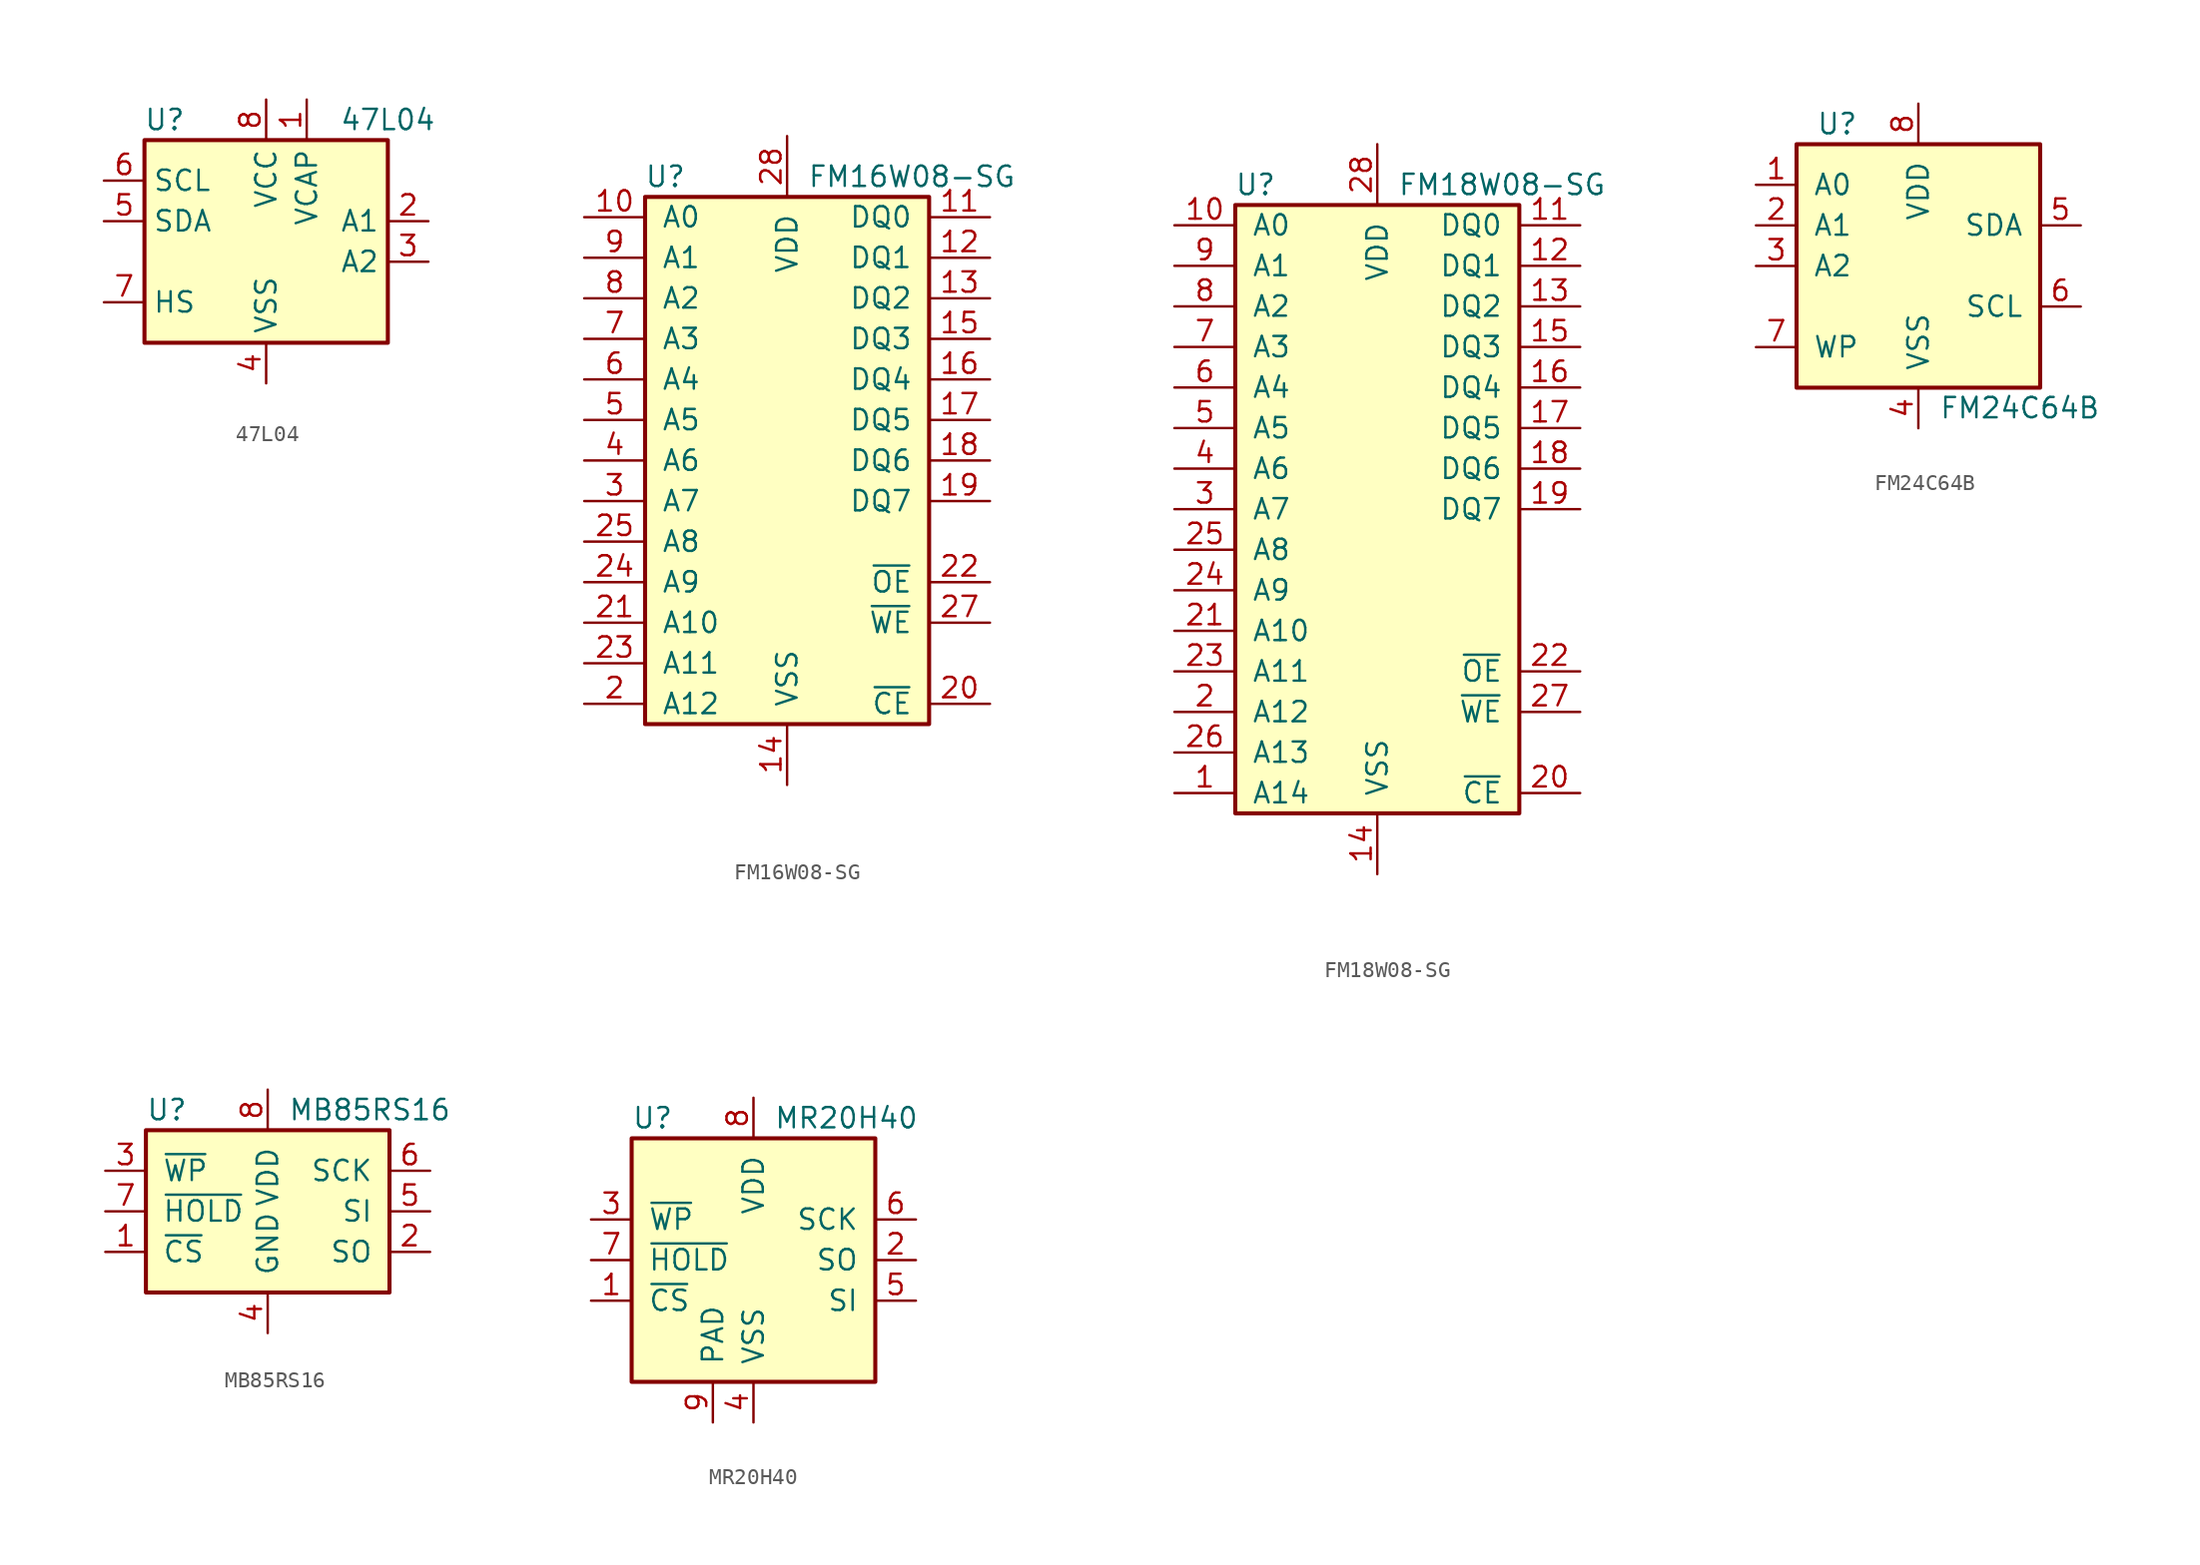
<source format=kicad_sym>
(kicad_symbol_lib
  (version 20201005)
  (generator kicad_symbol_editor)
  (symbol "Memory_NVRAM:47L04"
    (property "Reference" "U"
      (at -6.35 6.35 0)
      (effects (font (size 1.27 1.27))))
    (property "Value" "47L04"
      (at 7.62 6.35 0)
      (effects (font (size 1.27 1.27))))
    (symbol "47L04_1_1"
      (rectangle (start -7.62 5.08) (end 7.62 -7.62) (stroke (width 0.254)) (fill (type background)))
      (pin power_in line (at 2.54 7.62 270) (length 2.54) (name "VCAP" (effects (font (size 1.27 1.27)))) (number "1" (effects (font (size 1.27 1.27)))))
      (pin input line (at 10.16 0 180) (length 2.54) (name "A1" (effects (font (size 1.27 1.27)))) (number "2" (effects (font (size 1.27 1.27)))))
      (pin input line (at 10.16 -2.54 180) (length 2.54) (name "A2" (effects (font (size 1.27 1.27)))) (number "3" (effects (font (size 1.27 1.27)))))
      (pin power_in line (at 0 -10.16 90) (length 2.54) (name "VSS" (effects (font (size 1.27 1.27)))) (number "4" (effects (font (size 1.27 1.27)))))
      (pin bidirectional line (at -10.16 0 0) (length 2.54) (name "SDA" (effects (font (size 1.27 1.27)))) (number "5" (effects (font (size 1.27 1.27)))))
      (pin input line (at -10.16 2.54 0) (length 2.54) (name "SCL" (effects (font (size 1.27 1.27)))) (number "6" (effects (font (size 1.27 1.27)))))
      (pin input line (at -10.16 -5.08 0) (length 2.54) (name "HS" (effects (font (size 1.27 1.27)))) (number "7" (effects (font (size 1.27 1.27)))))
      (pin power_in line (at 0 7.62 270) (length 2.54) (name "VCC" (effects (font (size 1.27 1.27)))) (number "8" (effects (font (size 1.27 1.27)))))))
  (symbol "Memory_NVRAM:FM16W08-SG"
    (pin_names
      (offset 1.016))
    (property "Reference" "U"
      (at -7.62 17.78 0)
      (effects (font (size 1.27 1.27))))
    (property "Value" "FM16W08-SG"
      (at 1.27 17.78 0)
      (effects (font (size 1.27 1.27)) (justify left)))
    (symbol "FM16W08-SG_0_1"
      (rectangle (start -8.89 16.51) (end 8.89 -16.51) (stroke (width 0.254)) (fill (type background))))
    (symbol "FM16W08-SG_1_1"
      (pin input line (at -12.7 15.24 0) (length 3.81) (name "A0" (effects (font (size 1.27 1.27)))) (number "10" (effects (font (size 1.27 1.27)))))
      (pin bidirectional line (at 12.7 15.24 180) (length 3.81) (name "DQ0" (effects (font (size 1.27 1.27)))) (number "11" (effects (font (size 1.27 1.27)))))
      (pin bidirectional line (at 12.7 12.7 180) (length 3.81) (name "DQ1" (effects (font (size 1.27 1.27)))) (number "12" (effects (font (size 1.27 1.27)))))
      (pin bidirectional line (at 12.7 10.16 180) (length 3.81) (name "DQ2" (effects (font (size 1.27 1.27)))) (number "13" (effects (font (size 1.27 1.27)))))
      (pin power_in line (at 0 -20.32 90) (length 3.81) (name "VSS" (effects (font (size 1.27 1.27)))) (number "14" (effects (font (size 1.27 1.27)))))
      (pin bidirectional line (at 12.7 7.62 180) (length 3.81) (name "DQ3" (effects (font (size 1.27 1.27)))) (number "15" (effects (font (size 1.27 1.27)))))
      (pin bidirectional line (at 12.7 5.08 180) (length 3.81) (name "DQ4" (effects (font (size 1.27 1.27)))) (number "16" (effects (font (size 1.27 1.27)))))
      (pin bidirectional line (at 12.7 2.54 180) (length 3.81) (name "DQ5" (effects (font (size 1.27 1.27)))) (number "17" (effects (font (size 1.27 1.27)))))
      (pin bidirectional line (at 12.7 0 180) (length 3.81) (name "DQ6" (effects (font (size 1.27 1.27)))) (number "18" (effects (font (size 1.27 1.27)))))
      (pin bidirectional line (at 12.7 -2.54 180) (length 3.81) (name "DQ7" (effects (font (size 1.27 1.27)))) (number "19" (effects (font (size 1.27 1.27)))))
      (pin input line (at -12.7 -15.24 0) (length 3.81) (name "A12" (effects (font (size 1.27 1.27)))) (number "2" (effects (font (size 1.27 1.27)))))
      (pin input line (at 12.7 -15.24 180) (length 3.81) (name "~CE~" (effects (font (size 1.27 1.27)))) (number "20" (effects (font (size 1.27 1.27)))))
      (pin input line (at -12.7 -10.16 0) (length 3.81) (name "A10" (effects (font (size 1.27 1.27)))) (number "21" (effects (font (size 1.27 1.27)))))
      (pin input line (at 12.7 -7.62 180) (length 3.81) (name "~OE~" (effects (font (size 1.27 1.27)))) (number "22" (effects (font (size 1.27 1.27)))))
      (pin input line (at -12.7 -12.7 0) (length 3.81) (name "A11" (effects (font (size 1.27 1.27)))) (number "23" (effects (font (size 1.27 1.27)))))
      (pin input line (at -12.7 -7.62 0) (length 3.81) (name "A9" (effects (font (size 1.27 1.27)))) (number "24" (effects (font (size 1.27 1.27)))))
      (pin input line (at -12.7 -5.08 0) (length 3.81) (name "A8" (effects (font (size 1.27 1.27)))) (number "25" (effects (font (size 1.27 1.27)))))
      (pin input line (at 12.7 -10.16 180) (length 3.81) (name "~WE~" (effects (font (size 1.27 1.27)))) (number "27" (effects (font (size 1.27 1.27)))))
      (pin power_in line (at 0 20.32 270) (length 3.81) (name "VDD" (effects (font (size 1.27 1.27)))) (number "28" (effects (font (size 1.27 1.27)))))
      (pin input line (at -12.7 -2.54 0) (length 3.81) (name "A7" (effects (font (size 1.27 1.27)))) (number "3" (effects (font (size 1.27 1.27)))))
      (pin input line (at -12.7 0 0) (length 3.81) (name "A6" (effects (font (size 1.27 1.27)))) (number "4" (effects (font (size 1.27 1.27)))))
      (pin input line (at -12.7 2.54 0) (length 3.81) (name "A5" (effects (font (size 1.27 1.27)))) (number "5" (effects (font (size 1.27 1.27)))))
      (pin input line (at -12.7 5.08 0) (length 3.81) (name "A4" (effects (font (size 1.27 1.27)))) (number "6" (effects (font (size 1.27 1.27)))))
      (pin input line (at -12.7 7.62 0) (length 3.81) (name "A3" (effects (font (size 1.27 1.27)))) (number "7" (effects (font (size 1.27 1.27)))))
      (pin input line (at -12.7 10.16 0) (length 3.81) (name "A2" (effects (font (size 1.27 1.27)))) (number "8" (effects (font (size 1.27 1.27)))))
      (pin input line (at -12.7 12.7 0) (length 3.81) (name "A1" (effects (font (size 1.27 1.27)))) (number "9" (effects (font (size 1.27 1.27)))))))
  (symbol "Memory_NVRAM:FM18W08-SG"
    (pin_names
      (offset 1.016))
    (property "Reference" "U"
      (at -7.62 20.32 0)
      (effects (font (size 1.27 1.27))))
    (property "Value" "FM18W08-SG"
      (at 1.27 20.32 0)
      (effects (font (size 1.27 1.27)) (justify left)))
    (symbol "FM18W08-SG_0_1"
      (rectangle (start -8.89 19.05) (end 8.89 -19.05) (stroke (width 0.254)) (fill (type background))))
    (symbol "FM18W08-SG_1_1"
      (pin input line (at -12.7 -17.78 0) (length 3.81) (name "A14" (effects (font (size 1.27 1.27)))) (number "1" (effects (font (size 1.27 1.27)))))
      (pin input line (at -12.7 17.78 0) (length 3.81) (name "A0" (effects (font (size 1.27 1.27)))) (number "10" (effects (font (size 1.27 1.27)))))
      (pin bidirectional line (at 12.7 17.78 180) (length 3.81) (name "DQ0" (effects (font (size 1.27 1.27)))) (number "11" (effects (font (size 1.27 1.27)))))
      (pin bidirectional line (at 12.7 15.24 180) (length 3.81) (name "DQ1" (effects (font (size 1.27 1.27)))) (number "12" (effects (font (size 1.27 1.27)))))
      (pin bidirectional line (at 12.7 12.7 180) (length 3.81) (name "DQ2" (effects (font (size 1.27 1.27)))) (number "13" (effects (font (size 1.27 1.27)))))
      (pin power_in line (at 0 -22.86 90) (length 3.81) (name "VSS" (effects (font (size 1.27 1.27)))) (number "14" (effects (font (size 1.27 1.27)))))
      (pin bidirectional line (at 12.7 10.16 180) (length 3.81) (name "DQ3" (effects (font (size 1.27 1.27)))) (number "15" (effects (font (size 1.27 1.27)))))
      (pin bidirectional line (at 12.7 7.62 180) (length 3.81) (name "DQ4" (effects (font (size 1.27 1.27)))) (number "16" (effects (font (size 1.27 1.27)))))
      (pin bidirectional line (at 12.7 5.08 180) (length 3.81) (name "DQ5" (effects (font (size 1.27 1.27)))) (number "17" (effects (font (size 1.27 1.27)))))
      (pin bidirectional line (at 12.7 2.54 180) (length 3.81) (name "DQ6" (effects (font (size 1.27 1.27)))) (number "18" (effects (font (size 1.27 1.27)))))
      (pin bidirectional line (at 12.7 0 180) (length 3.81) (name "DQ7" (effects (font (size 1.27 1.27)))) (number "19" (effects (font (size 1.27 1.27)))))
      (pin input line (at -12.7 -12.7 0) (length 3.81) (name "A12" (effects (font (size 1.27 1.27)))) (number "2" (effects (font (size 1.27 1.27)))))
      (pin input line (at 12.7 -17.78 180) (length 3.81) (name "~CE~" (effects (font (size 1.27 1.27)))) (number "20" (effects (font (size 1.27 1.27)))))
      (pin input line (at -12.7 -7.62 0) (length 3.81) (name "A10" (effects (font (size 1.27 1.27)))) (number "21" (effects (font (size 1.27 1.27)))))
      (pin input line (at 12.7 -10.16 180) (length 3.81) (name "~OE~" (effects (font (size 1.27 1.27)))) (number "22" (effects (font (size 1.27 1.27)))))
      (pin input line (at -12.7 -10.16 0) (length 3.81) (name "A11" (effects (font (size 1.27 1.27)))) (number "23" (effects (font (size 1.27 1.27)))))
      (pin input line (at -12.7 -5.08 0) (length 3.81) (name "A9" (effects (font (size 1.27 1.27)))) (number "24" (effects (font (size 1.27 1.27)))))
      (pin input line (at -12.7 -2.54 0) (length 3.81) (name "A8" (effects (font (size 1.27 1.27)))) (number "25" (effects (font (size 1.27 1.27)))))
      (pin input line (at -12.7 -15.24 0) (length 3.81) (name "A13" (effects (font (size 1.27 1.27)))) (number "26" (effects (font (size 1.27 1.27)))))
      (pin input line (at 12.7 -12.7 180) (length 3.81) (name "~WE~" (effects (font (size 1.27 1.27)))) (number "27" (effects (font (size 1.27 1.27)))))
      (pin power_in line (at 0 22.86 270) (length 3.81) (name "VDD" (effects (font (size 1.27 1.27)))) (number "28" (effects (font (size 1.27 1.27)))))
      (pin input line (at -12.7 0 0) (length 3.81) (name "A7" (effects (font (size 1.27 1.27)))) (number "3" (effects (font (size 1.27 1.27)))))
      (pin input line (at -12.7 2.54 0) (length 3.81) (name "A6" (effects (font (size 1.27 1.27)))) (number "4" (effects (font (size 1.27 1.27)))))
      (pin input line (at -12.7 5.08 0) (length 3.81) (name "A5" (effects (font (size 1.27 1.27)))) (number "5" (effects (font (size 1.27 1.27)))))
      (pin input line (at -12.7 7.62 0) (length 3.81) (name "A4" (effects (font (size 1.27 1.27)))) (number "6" (effects (font (size 1.27 1.27)))))
      (pin input line (at -12.7 10.16 0) (length 3.81) (name "A3" (effects (font (size 1.27 1.27)))) (number "7" (effects (font (size 1.27 1.27)))))
      (pin input line (at -12.7 12.7 0) (length 3.81) (name "A2" (effects (font (size 1.27 1.27)))) (number "8" (effects (font (size 1.27 1.27)))))
      (pin input line (at -12.7 15.24 0) (length 3.81) (name "A1" (effects (font (size 1.27 1.27)))) (number "9" (effects (font (size 1.27 1.27)))))))
  (symbol "Memory_NVRAM:FM24C64B"
    (pin_names
      (offset 1.016))
    (property "Reference" "U"
      (at -5.08 8.89 0)
      (effects (font (size 1.27 1.27))))
    (property "Value" "FM24C64B"
      (at 6.35 -8.89 0)
      (effects (font (size 1.27 1.27))))
    (symbol "FM24C64B_0_1"
      (rectangle (start -7.62 7.62) (end 7.62 -7.62) (stroke (width 0.254)) (fill (type background))))
    (symbol "FM24C64B_1_1"
      (pin input line (at -10.16 5.08 0) (length 2.54) (name "A0" (effects (font (size 1.27 1.27)))) (number "1" (effects (font (size 1.27 1.27)))))
      (pin input line (at -10.16 2.54 0) (length 2.54) (name "A1" (effects (font (size 1.27 1.27)))) (number "2" (effects (font (size 1.27 1.27)))))
      (pin input line (at -10.16 0 0) (length 2.54) (name "A2" (effects (font (size 1.27 1.27)))) (number "3" (effects (font (size 1.27 1.27)))))
      (pin power_in line (at 0 -10.16 90) (length 2.54) (name "VSS" (effects (font (size 1.27 1.27)))) (number "4" (effects (font (size 1.27 1.27)))))
      (pin bidirectional line (at 10.16 2.54 180) (length 2.54) (name "SDA" (effects (font (size 1.27 1.27)))) (number "5" (effects (font (size 1.27 1.27)))))
      (pin input line (at 10.16 -2.54 180) (length 2.54) (name "SCL" (effects (font (size 1.27 1.27)))) (number "6" (effects (font (size 1.27 1.27)))))
      (pin input line (at -10.16 -5.08 0) (length 2.54) (name "WP" (effects (font (size 1.27 1.27)))) (number "7" (effects (font (size 1.27 1.27)))))
      (pin power_in line (at 0 10.16 270) (length 2.54) (name "VDD" (effects (font (size 1.27 1.27)))) (number "8" (effects (font (size 1.27 1.27)))))))
  (symbol "Memory_NVRAM:MB85RS16"
    (pin_names
      (offset 1.016))
    (property "Reference" "U"
      (at -7.62 6.35 0)
      (effects (font (size 1.27 1.27)) (justify left)))
    (property "Value" "MB85RS16"
      (at 1.27 6.35 0)
      (effects (font (size 1.27 1.27)) (justify left)))
    (symbol "MB85RS16_0_1"
      (rectangle (start -7.62 5.08) (end 7.62 -5.08) (stroke (width 0.254)) (fill (type background))))
    (symbol "MB85RS16_1_1"
      (pin input line (at -10.16 -2.54 0) (length 2.54) (name "~CS" (effects (font (size 1.27 1.27)))) (number "1" (effects (font (size 1.27 1.27)))))
      (pin output line (at 10.16 -2.54 180) (length 2.54) (name "SO" (effects (font (size 1.27 1.27)))) (number "2" (effects (font (size 1.27 1.27)))))
      (pin input line (at -10.16 2.54 0) (length 2.54) (name "~WP" (effects (font (size 1.27 1.27)))) (number "3" (effects (font (size 1.27 1.27)))))
      (pin power_in line (at 0 -7.62 90) (length 2.54) (name "GND" (effects (font (size 1.27 1.27)))) (number "4" (effects (font (size 1.27 1.27)))))
      (pin input line (at 10.16 0 180) (length 2.54) (name "SI" (effects (font (size 1.27 1.27)))) (number "5" (effects (font (size 1.27 1.27)))))
      (pin input line (at 10.16 2.54 180) (length 2.54) (name "SCK" (effects (font (size 1.27 1.27)))) (number "6" (effects (font (size 1.27 1.27)))))
      (pin input line (at -10.16 0 0) (length 2.54) (name "~HOLD" (effects (font (size 1.27 1.27)))) (number "7" (effects (font (size 1.27 1.27)))))
      (pin power_in line (at 0 7.62 270) (length 2.54) (name "VDD" (effects (font (size 1.27 1.27)))) (number "8" (effects (font (size 1.27 1.27)))))))
  (symbol "Memory_NVRAM:MR20H40"
    (pin_names
      (offset 1.016))
    (property "Reference" "U"
      (at -7.62 8.89 0)
      (effects (font (size 1.27 1.27)) (justify left)))
    (property "Value" "MR20H40"
      (at 1.27 8.89 0)
      (effects (font (size 1.27 1.27)) (justify left)))
    (symbol "MR20H40_0_1"
      (rectangle (start -7.62 7.62) (end 7.62 -7.62) (stroke (width 0.254)) (fill (type background))))
    (symbol "MR20H40_1_1"
      (pin input line (at -10.16 -2.54 0) (length 2.54) (name "~CS" (effects (font (size 1.27 1.27)))) (number "1" (effects (font (size 1.27 1.27)))))
      (pin output line (at 10.16 0 180) (length 2.54) (name "SO" (effects (font (size 1.27 1.27)))) (number "2" (effects (font (size 1.27 1.27)))))
      (pin input line (at -10.16 2.54 0) (length 2.54) (name "~WP" (effects (font (size 1.27 1.27)))) (number "3" (effects (font (size 1.27 1.27)))))
      (pin power_in line (at 0 -10.16 90) (length 2.54) (name "VSS" (effects (font (size 1.27 1.27)))) (number "4" (effects (font (size 1.27 1.27)))))
      (pin input line (at 10.16 -2.54 180) (length 2.54) (name "SI" (effects (font (size 1.27 1.27)))) (number "5" (effects (font (size 1.27 1.27)))))
      (pin input line (at 10.16 2.54 180) (length 2.54) (name "SCK" (effects (font (size 1.27 1.27)))) (number "6" (effects (font (size 1.27 1.27)))))
      (pin input line (at -10.16 0 0) (length 2.54) (name "~HOLD" (effects (font (size 1.27 1.27)))) (number "7" (effects (font (size 1.27 1.27)))))
      (pin power_in line (at 0 10.16 270) (length 2.54) (name "VDD" (effects (font (size 1.27 1.27)))) (number "8" (effects (font (size 1.27 1.27)))))
      (pin power_in line (at -2.54 -10.16 90) (length 2.54) (name "PAD" (effects (font (size 1.27 1.27)))) (number "9" (effects (font (size 1.27 1.27))))))))
</source>
